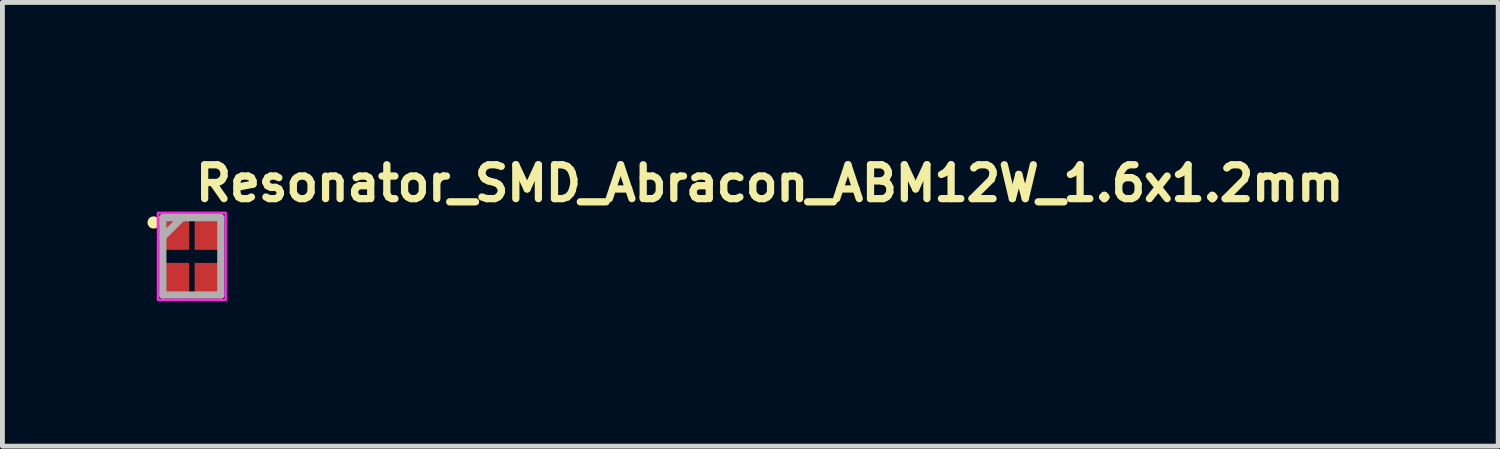
<source format=kicad_pcb>
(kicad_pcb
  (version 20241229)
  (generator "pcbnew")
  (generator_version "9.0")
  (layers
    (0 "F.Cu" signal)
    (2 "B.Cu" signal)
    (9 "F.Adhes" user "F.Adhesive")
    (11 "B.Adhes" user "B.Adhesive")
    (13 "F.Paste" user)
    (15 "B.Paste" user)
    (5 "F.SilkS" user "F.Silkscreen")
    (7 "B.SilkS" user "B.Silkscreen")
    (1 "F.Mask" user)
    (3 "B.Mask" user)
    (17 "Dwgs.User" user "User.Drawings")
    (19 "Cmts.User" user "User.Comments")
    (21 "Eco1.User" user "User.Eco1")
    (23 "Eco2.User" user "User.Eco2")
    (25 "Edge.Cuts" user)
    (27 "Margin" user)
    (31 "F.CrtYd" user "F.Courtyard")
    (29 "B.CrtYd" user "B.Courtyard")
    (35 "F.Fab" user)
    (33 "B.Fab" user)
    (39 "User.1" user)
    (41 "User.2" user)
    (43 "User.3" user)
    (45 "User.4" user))
  (footprint "Resonator_SMD_Abracon_ABM12W_1.6x1.2mm"
    (layer "F.Cu")
    (at 0.916 2.25)
    (property "Reference" "Resonator_SMD_Abracon_ABM12W_1.6x1.2mm" (at 0 -1.1 0) (layer "F.SilkS") (effects (font (size 0.7 0.7) (thickness 0.15)) (justify left bottom)))
    (attr smd)
    (fp_circle (center -0.79 -0.7) (end -0.739 -0.7) (stroke (width 0.15) (type solid)) (fill yes) (layer "F.SilkS"))
    (fp_rect (start -0.7 -0.9) (end 0.7 0.9) (stroke (width 0.05) (type solid)) (fill no) (layer "F.CrtYd"))
    (fp_line (start -0.6 -0.8) (end -0.6 0.8) (stroke (width 0.15) (type solid)) (layer "F.Fab"))
    (fp_line (start -0.6 -0.8) (end 0.6 -0.8) (stroke (width 0.15) (type solid)) (layer "F.Fab"))
    (fp_line (start -0.6 -0.4) (end -0.2 -0.8) (stroke (width 0.15) (type solid)) (layer "F.Fab"))
    (fp_line (start 0.6 -0.8) (end 0.6 0.8) (stroke (width 0.15) (type solid)) (layer "F.Fab"))
    (fp_line (start 0.6 0.8) (end -0.6 0.8) (stroke (width 0.15) (type solid)) (layer "F.Fab"))
    (fp_rect (start -0.6 -0.8) (end 0.6 0.8) (stroke (width 0.1) (type solid)) (fill no) (layer "User.5"))
    (fp_line (start -0.6 -0.699) (end -0.6 0.699) (stroke (width 0.02) (type solid)) (layer "User.9"))
    (fp_line (start -0.6 0.699) (end -0.591 0.703) (stroke (width 0.02) (type solid)) (layer "User.9"))
    (fp_line (start -0.591 -0.703) (end -0.6 -0.699) (stroke (width 0.02) (type solid)) (layer "User.9"))
    (fp_line (start -0.591 0.703) (end -0.583 0.708) (stroke (width 0.02) (type solid)) (layer "User.9"))
    (fp_line (start -0.583 -0.708) (end -0.591 -0.703) (stroke (width 0.02) (type solid)) (layer "User.9"))
    (fp_line (start -0.583 0.708) (end -0.576 0.712) (stroke (width 0.02) (type solid)) (layer "User.9"))
    (fp_line (start -0.576 -0.712) (end -0.583 -0.708) (stroke (width 0.02) (type solid)) (layer "User.9"))
    (fp_line (start -0.576 0.712) (end -0.568 0.717) (stroke (width 0.02) (type solid)) (layer "User.9"))
    (fp_line (start -0.568 -0.717) (end -0.576 -0.712) (stroke (width 0.02) (type solid)) (layer "User.9"))
    (fp_line (start -0.568 0.717) (end -0.561 0.723) (stroke (width 0.02) (type solid)) (layer "User.9"))
    (fp_line (start -0.561 -0.723) (end -0.568 -0.717) (stroke (width 0.02) (type solid)) (layer "User.9"))
    (fp_line (start -0.561 0.723) (end -0.554 0.728) (stroke (width 0.02) (type solid)) (layer "User.9"))
    (fp_line (start -0.554 -0.728) (end -0.561 -0.723) (stroke (width 0.02) (type solid)) (layer "User.9"))
    (fp_line (start -0.554 0.728) (end -0.547 0.734) (stroke (width 0.02) (type solid)) (layer "User.9"))
    (fp_line (start -0.547 -0.734) (end -0.554 -0.728) (stroke (width 0.02) (type solid)) (layer "User.9"))
    (fp_line (start -0.547 0.734) (end -0.54 0.74) (stroke (width 0.02) (type solid)) (layer "User.9"))
    (fp_line (start -0.54 -0.74) (end -0.547 -0.734) (stroke (width 0.02) (type solid)) (layer "User.9"))
    (fp_line (start -0.54 -0.615) (end -0.54 0.615) (stroke (width 0.02) (type solid)) (layer "User.9"))
    (fp_line (start -0.54 0.615) (end -0.539 0.621) (stroke (width 0.02) (type solid)) (layer "User.9"))
    (fp_line (start -0.54 0.74) (end -0.534 0.747) (stroke (width 0.02) (type solid)) (layer "User.9"))
    (fp_line (start -0.539 -0.627) (end -0.539 -0.621) (stroke (width 0.02) (type solid)) (layer "User.9"))
    (fp_line (start -0.539 -0.621) (end -0.54 -0.615) (stroke (width 0.02) (type solid)) (layer "User.9"))
    (fp_line (start -0.539 0.621) (end -0.539 0.627) (stroke (width 0.02) (type solid)) (layer "User.9"))
    (fp_line (start -0.539 0.627) (end -0.538 0.633) (stroke (width 0.02) (type solid)) (layer "User.9"))
    (fp_line (start -0.538 -0.633) (end -0.539 -0.627) (stroke (width 0.02) (type solid)) (layer "User.9"))
    (fp_line (start -0.538 0.633) (end -0.537 0.639) (stroke (width 0.02) (type solid)) (layer "User.9"))
    (fp_line (start -0.537 -0.639) (end -0.538 -0.633) (stroke (width 0.02) (type solid)) (layer "User.9"))
    (fp_line (start -0.537 0.639) (end -0.536 0.645) (stroke (width 0.02) (type solid)) (layer "User.9"))
    (fp_line (start -0.536 -0.645) (end -0.537 -0.639) (stroke (width 0.02) (type solid)) (layer "User.9"))
    (fp_line (start -0.536 0.645) (end -0.534 0.651) (stroke (width 0.02) (type solid)) (layer "User.9"))
    (fp_line (start -0.534 -0.747) (end -0.54 -0.74) (stroke (width 0.02) (type solid)) (layer "User.9"))
    (fp_line (start -0.534 -0.651) (end -0.536 -0.645) (stroke (width 0.02) (type solid)) (layer "User.9"))
    (fp_line (start -0.534 0.651) (end -0.532 0.657) (stroke (width 0.02) (type solid)) (layer "User.9"))
    (fp_line (start -0.534 0.747) (end -0.528 0.754) (stroke (width 0.02) (type solid)) (layer "User.9"))
    (fp_line (start -0.532 -0.657) (end -0.534 -0.651) (stroke (width 0.02) (type solid)) (layer "User.9"))
    (fp_line (start -0.532 0.657) (end -0.53 0.662) (stroke (width 0.02) (type solid)) (layer "User.9"))
    (fp_line (start -0.53 -0.662) (end -0.532 -0.657) (stroke (width 0.02) (type solid)) (layer "User.9"))
    (fp_line (start -0.53 0.662) (end -0.528 0.668) (stroke (width 0.02) (type solid)) (layer "User.9"))
    (fp_line (start -0.528 -0.754) (end -0.534 -0.747) (stroke (width 0.02) (type solid)) (layer "User.9"))
    (fp_line (start -0.528 -0.668) (end -0.53 -0.662) (stroke (width 0.02) (type solid)) (layer "User.9"))
    (fp_line (start -0.528 0.668) (end -0.525 0.673) (stroke (width 0.02) (type solid)) (layer "User.9"))
    (fp_line (start -0.528 0.754) (end -0.523 0.761) (stroke (width 0.02) (type solid)) (layer "User.9"))
    (fp_line (start -0.525 -0.673) (end -0.528 -0.668) (stroke (width 0.02) (type solid)) (layer "User.9"))
    (fp_line (start -0.525 0.673) (end -0.522 0.679) (stroke (width 0.02) (type solid)) (layer "User.9"))
    (fp_line (start -0.523 -0.761) (end -0.528 -0.754) (stroke (width 0.02) (type solid)) (layer "User.9"))
    (fp_line (start -0.523 0.761) (end -0.517 0.768) (stroke (width 0.02) (type solid)) (layer "User.9"))
    (fp_line (start -0.522 -0.679) (end -0.525 -0.673) (stroke (width 0.02) (type solid)) (layer "User.9"))
    (fp_line (start -0.522 0.679) (end -0.518 0.684) (stroke (width 0.02) (type solid)) (layer "User.9"))
    (fp_line (start -0.518 -0.684) (end -0.522 -0.679) (stroke (width 0.02) (type solid)) (layer "User.9"))
    (fp_line (start -0.518 0.684) (end -0.515 0.689) (stroke (width 0.02) (type solid)) (layer "User.9"))
    (fp_line (start -0.517 -0.768) (end -0.523 -0.761) (stroke (width 0.02) (type solid)) (layer "User.9"))
    (fp_line (start -0.517 0.768) (end -0.512 0.776) (stroke (width 0.02) (type solid)) (layer "User.9"))
    (fp_line (start -0.515 -0.689) (end -0.518 -0.684) (stroke (width 0.02) (type solid)) (layer "User.9"))
    (fp_line (start -0.515 0.689) (end -0.511 0.694) (stroke (width 0.02) (type solid)) (layer "User.9"))
    (fp_line (start -0.512 -0.776) (end -0.517 -0.768) (stroke (width 0.02) (type solid)) (layer "User.9"))
    (fp_line (start -0.512 0.776) (end -0.508 0.783) (stroke (width 0.02) (type solid)) (layer "User.9"))
    (fp_line (start -0.511 -0.694) (end -0.515 -0.689) (stroke (width 0.02) (type solid)) (layer "User.9"))
    (fp_line (start -0.511 0.694) (end -0.507 0.698) (stroke (width 0.02) (type solid)) (layer "User.9"))
    (fp_line (start -0.508 -0.783) (end -0.512 -0.776) (stroke (width 0.02) (type solid)) (layer "User.9"))
    (fp_line (start -0.508 0.783) (end -0.503 0.791) (stroke (width 0.02) (type solid)) (layer "User.9"))
    (fp_line (start -0.507 -0.698) (end -0.511 -0.694) (stroke (width 0.02) (type solid)) (layer "User.9"))
    (fp_line (start -0.507 0.698) (end -0.503 0.703) (stroke (width 0.02) (type solid)) (layer "User.9"))
    (fp_line (start -0.503 -0.791) (end -0.508 -0.783) (stroke (width 0.02) (type solid)) (layer "User.9"))
    (fp_line (start -0.503 -0.703) (end -0.507 -0.698) (stroke (width 0.02) (type solid)) (layer "User.9"))
    (fp_line (start -0.503 -0.703) (end -0.503 -0.703) (stroke (width 0.02) (type solid)) (layer "User.9"))
    (fp_line (start -0.503 0.703) (end -0.503 0.703) (stroke (width 0.02) (type solid)) (layer "User.9"))
    (fp_line (start -0.503 0.703) (end -0.498 0.707) (stroke (width 0.02) (type solid)) (layer "User.9"))
    (fp_line (start -0.503 0.791) (end -0.5 0.8) (stroke (width 0.02) (type solid)) (layer "User.9"))
    (fp_line (start -0.5 -0.8) (end -0.503 -0.791) (stroke (width 0.02) (type solid)) (layer "User.9"))
    (fp_line (start -0.5 0.8) (end 0.5 0.8) (stroke (width 0.02) (type solid)) (layer "User.9"))
    (fp_line (start -0.498 -0.707) (end -0.503 -0.703) (stroke (width 0.02) (type solid)) (layer "User.9"))
    (fp_line (start -0.498 0.707) (end -0.494 0.711) (stroke (width 0.02) (type solid)) (layer "User.9"))
    (fp_line (start -0.494 -0.711) (end -0.498 -0.707) (stroke (width 0.02) (type solid)) (layer "User.9"))
    (fp_line (start -0.494 0.711) (end -0.489 0.715) (stroke (width 0.02) (type solid)) (layer "User.9"))
    (fp_line (start -0.489 -0.715) (end -0.494 -0.711) (stroke (width 0.02) (type solid)) (layer "User.9"))
    (fp_line (start -0.489 0.715) (end -0.484 0.718) (stroke (width 0.02) (type solid)) (layer "User.9"))
    (fp_line (start -0.484 -0.718) (end -0.489 -0.715) (stroke (width 0.02) (type solid)) (layer "User.9"))
    (fp_line (start -0.484 0.718) (end -0.479 0.722) (stroke (width 0.02) (type solid)) (layer "User.9"))
    (fp_line (start -0.479 -0.722) (end -0.484 -0.718) (stroke (width 0.02) (type solid)) (layer "User.9"))
    (fp_line (start -0.479 0.722) (end -0.473 0.725) (stroke (width 0.02) (type solid)) (layer "User.9"))
    (fp_line (start -0.474 -0.562) (end -0.474 -0.556) (stroke (width 0.02) (type solid)) (layer "User.9"))
    (fp_line (start -0.474 -0.556) (end -0.474 -0.55) (stroke (width 0.02) (type solid)) (layer "User.9"))
    (fp_line (start -0.474 -0.55) (end -0.474 0.55) (stroke (width 0.02) (type solid)) (layer "User.9"))
    (fp_line (start -0.474 0.55) (end -0.474 0.556) (stroke (width 0.02) (type solid)) (layer "User.9"))
    (fp_line (start -0.474 0.556) (end -0.474 0.562) (stroke (width 0.02) (type solid)) (layer "User.9"))
    (fp_line (start -0.474 0.562) (end -0.473 0.568) (stroke (width 0.02) (type solid)) (layer "User.9"))
    (fp_line (start -0.473 -0.725) (end -0.479 -0.722) (stroke (width 0.02) (type solid)) (layer "User.9"))
    (fp_line (start -0.473 -0.568) (end -0.474 -0.562) (stroke (width 0.02) (type solid)) (layer "User.9"))
    (fp_line (start -0.473 0.568) (end -0.472 0.574) (stroke (width 0.02) (type solid)) (layer "User.9"))
    (fp_line (start -0.473 0.725) (end -0.468 0.728) (stroke (width 0.02) (type solid)) (layer "User.9"))
    (fp_line (start -0.472 -0.574) (end -0.473 -0.568) (stroke (width 0.02) (type solid)) (layer "User.9"))
    (fp_line (start -0.472 0.574) (end -0.471 0.58) (stroke (width 0.02) (type solid)) (layer "User.9"))
    (fp_line (start -0.471 -0.58) (end -0.472 -0.574) (stroke (width 0.02) (type solid)) (layer "User.9"))
    (fp_line (start -0.471 0.58) (end -0.469 0.586) (stroke (width 0.02) (type solid)) (layer "User.9"))
    (fp_line (start -0.469 -0.586) (end -0.471 -0.58) (stroke (width 0.02) (type solid)) (layer "User.9"))
    (fp_line (start -0.469 0.586) (end -0.467 0.592) (stroke (width 0.02) (type solid)) (layer "User.9"))
    (fp_line (start -0.468 -0.728) (end -0.473 -0.725) (stroke (width 0.02) (type solid)) (layer "User.9"))
    (fp_line (start -0.468 0.728) (end -0.462 0.73) (stroke (width 0.02) (type solid)) (layer "User.9"))
    (fp_line (start -0.467 -0.592) (end -0.469 -0.586) (stroke (width 0.02) (type solid)) (layer "User.9"))
    (fp_line (start -0.467 0.592) (end -0.465 0.597) (stroke (width 0.02) (type solid)) (layer "User.9"))
    (fp_line (start -0.465 -0.597) (end -0.467 -0.592) (stroke (width 0.02) (type solid)) (layer "User.9"))
    (fp_line (start -0.465 0.597) (end -0.463 0.603) (stroke (width 0.02) (type solid)) (layer "User.9"))
    (fp_line (start -0.463 -0.603) (end -0.465 -0.597) (stroke (width 0.02) (type solid)) (layer "User.9"))
    (fp_line (start -0.463 0.603) (end -0.46 0.608) (stroke (width 0.02) (type solid)) (layer "User.9"))
    (fp_line (start -0.462 -0.73) (end -0.468 -0.728) (stroke (width 0.02) (type solid)) (layer "User.9"))
    (fp_line (start -0.462 0.73) (end -0.457 0.732) (stroke (width 0.02) (type solid)) (layer "User.9"))
    (fp_line (start -0.46 -0.608) (end -0.463 -0.603) (stroke (width 0.02) (type solid)) (layer "User.9"))
    (fp_line (start -0.46 0.608) (end -0.457 0.614) (stroke (width 0.02) (type solid)) (layer "User.9"))
    (fp_line (start -0.457 -0.732) (end -0.462 -0.73) (stroke (width 0.02) (type solid)) (layer "User.9"))
    (fp_line (start -0.457 -0.614) (end -0.46 -0.608) (stroke (width 0.02) (type solid)) (layer "User.9"))
    (fp_line (start -0.457 0.614) (end -0.453 0.619) (stroke (width 0.02) (type solid)) (layer "User.9"))
    (fp_line (start -0.457 0.732) (end -0.451 0.734) (stroke (width 0.02) (type solid)) (layer "User.9"))
    (fp_line (start -0.453 -0.619) (end -0.457 -0.614) (stroke (width 0.02) (type solid)) (layer "User.9"))
    (fp_line (start -0.453 0.619) (end -0.45 0.624) (stroke (width 0.02) (type solid)) (layer "User.9"))
    (fp_line (start -0.451 -0.734) (end -0.457 -0.732) (stroke (width 0.02) (type solid)) (layer "User.9"))
    (fp_line (start -0.451 0.734) (end -0.445 0.736) (stroke (width 0.02) (type solid)) (layer "User.9"))
    (fp_line (start -0.45 -0.624) (end -0.453 -0.619) (stroke (width 0.02) (type solid)) (layer "User.9"))
    (fp_line (start -0.45 0.624) (end -0.446 0.629) (stroke (width 0.02) (type solid)) (layer "User.9"))
    (fp_line (start -0.446 -0.629) (end -0.45 -0.624) (stroke (width 0.02) (type solid)) (layer "User.9"))
    (fp_line (start -0.446 0.629) (end -0.442 0.633) (stroke (width 0.02) (type solid)) (layer "User.9"))
    (fp_line (start -0.445 -0.736) (end -0.451 -0.734) (stroke (width 0.02) (type solid)) (layer "User.9"))
    (fp_line (start -0.445 0.736) (end -0.439 0.737) (stroke (width 0.02) (type solid)) (layer "User.9"))
    (fp_line (start -0.442 -0.633) (end -0.446 -0.629) (stroke (width 0.02) (type solid)) (layer "User.9"))
    (fp_line (start -0.442 0.633) (end -0.438 0.638) (stroke (width 0.02) (type solid)) (layer "User.9"))
    (fp_line (start -0.439 -0.737) (end -0.445 -0.736) (stroke (width 0.02) (type solid)) (layer "User.9"))
    (fp_line (start -0.439 0.737) (end -0.433 0.738) (stroke (width 0.02) (type solid)) (layer "User.9"))
    (fp_line (start -0.438 -0.638) (end -0.442 -0.633) (stroke (width 0.02) (type solid)) (layer "User.9"))
    (fp_line (start -0.438 -0.638) (end -0.438 -0.638) (stroke (width 0.02) (type solid)) (layer "User.9"))
    (fp_line (start -0.438 0.638) (end -0.438 0.638) (stroke (width 0.02) (type solid)) (layer "User.9"))
    (fp_line (start -0.438 0.638) (end -0.433 0.642) (stroke (width 0.02) (type solid)) (layer "User.9"))
    (fp_line (start -0.433 -0.738) (end -0.439 -0.737) (stroke (width 0.02) (type solid)) (layer "User.9"))
    (fp_line (start -0.433 -0.642) (end -0.438 -0.638) (stroke (width 0.02) (type solid)) (layer "User.9"))
    (fp_line (start -0.433 0.642) (end -0.429 0.646) (stroke (width 0.02) (type solid)) (layer "User.9"))
    (fp_line (start -0.433 0.738) (end -0.427 0.739) (stroke (width 0.02) (type solid)) (layer "User.9"))
    (fp_line (start -0.429 -0.646) (end -0.433 -0.642) (stroke (width 0.02) (type solid)) (layer "User.9"))
    (fp_line (start -0.429 0.646) (end -0.424 0.65) (stroke (width 0.02) (type solid)) (layer "User.9"))
    (fp_line (start -0.427 -0.739) (end -0.433 -0.738) (stroke (width 0.02) (type solid)) (layer "User.9"))
    (fp_line (start -0.427 0.739) (end -0.421 0.739) (stroke (width 0.02) (type solid)) (layer "User.9"))
    (fp_line (start -0.424 -0.65) (end -0.429 -0.646) (stroke (width 0.02) (type solid)) (layer "User.9"))
    (fp_line (start -0.424 0.65) (end -0.419 0.653) (stroke (width 0.02) (type solid)) (layer "User.9"))
    (fp_line (start -0.421 -0.739) (end -0.427 -0.739) (stroke (width 0.02) (type solid)) (layer "User.9"))
    (fp_line (start -0.421 0.739) (end -0.414 0.74) (stroke (width 0.02) (type solid)) (layer "User.9"))
    (fp_line (start -0.419 -0.653) (end -0.424 -0.65) (stroke (width 0.02) (type solid)) (layer "User.9"))
    (fp_line (start -0.419 0.653) (end -0.414 0.657) (stroke (width 0.02) (type solid)) (layer "User.9"))
    (fp_line (start -0.414 -0.74) (end -0.421 -0.739) (stroke (width 0.02) (type solid)) (layer "User.9"))
    (fp_line (start -0.414 -0.657) (end -0.419 -0.653) (stroke (width 0.02) (type solid)) (layer "User.9"))
    (fp_line (start -0.414 0.657) (end -0.408 0.66) (stroke (width 0.02) (type solid)) (layer "User.9"))
    (fp_line (start -0.414 0.74) (end 0.414 0.74) (stroke (width 0.02) (type solid)) (layer "User.9"))
    (fp_line (start -0.408 -0.66) (end -0.414 -0.657) (stroke (width 0.02) (type solid)) (layer "User.9"))
    (fp_line (start -0.408 0.66) (end -0.403 0.663) (stroke (width 0.02) (type solid)) (layer "User.9"))
    (fp_line (start -0.403 -0.663) (end -0.408 -0.66) (stroke (width 0.02) (type solid)) (layer "User.9"))
    (fp_line (start -0.403 0.663) (end -0.397 0.665) (stroke (width 0.02) (type solid)) (layer "User.9"))
    (fp_line (start -0.397 -0.665) (end -0.403 -0.663) (stroke (width 0.02) (type solid)) (layer "User.9"))
    (fp_line (start -0.397 0.665) (end -0.392 0.667) (stroke (width 0.02) (type solid)) (layer "User.9"))
    (fp_line (start -0.392 -0.667) (end -0.397 -0.665) (stroke (width 0.02) (type solid)) (layer "User.9"))
    (fp_line (start -0.392 0.667) (end -0.386 0.669) (stroke (width 0.02) (type solid)) (layer "User.9"))
    (fp_line (start -0.386 -0.669) (end -0.392 -0.667) (stroke (width 0.02) (type solid)) (layer "User.9"))
    (fp_line (start -0.386 0.669) (end -0.38 0.671) (stroke (width 0.02) (type solid)) (layer "User.9"))
    (fp_line (start -0.38 -0.671) (end -0.386 -0.669) (stroke (width 0.02) (type solid)) (layer "User.9"))
    (fp_line (start -0.38 0.671) (end -0.374 0.672) (stroke (width 0.02) (type solid)) (layer "User.9"))
    (fp_line (start -0.374 -0.672) (end -0.38 -0.671) (stroke (width 0.02) (type solid)) (layer "User.9"))
    (fp_line (start -0.374 0.672) (end -0.368 0.673) (stroke (width 0.02) (type solid)) (layer "User.9"))
    (fp_line (start -0.368 -0.673) (end -0.374 -0.672) (stroke (width 0.02) (type solid)) (layer "User.9"))
    (fp_line (start -0.368 0.673) (end -0.362 0.674) (stroke (width 0.02) (type solid)) (layer "User.9"))
    (fp_line (start -0.362 -0.674) (end -0.368 -0.673) (stroke (width 0.02) (type solid)) (layer "User.9"))
    (fp_line (start -0.362 0.674) (end -0.356 0.674) (stroke (width 0.02) (type solid)) (layer "User.9"))
    (fp_line (start -0.356 -0.674) (end -0.362 -0.674) (stroke (width 0.02) (type solid)) (layer "User.9"))
    (fp_line (start -0.356 0.674) (end -0.349 0.675) (stroke (width 0.02) (type solid)) (layer "User.9"))
    (fp_line (start -0.349 -0.675) (end -0.356 -0.674) (stroke (width 0.02) (type solid)) (layer "User.9"))
    (fp_line (start -0.349 0.675) (end 0.349 0.675) (stroke (width 0.02) (type solid)) (layer "User.9"))
    (fp_line (start 0.349 -0.675) (end -0.349 -0.675) (stroke (width 0.02) (type solid)) (layer "User.9"))
    (fp_line (start 0.349 0.675) (end 0.356 0.674) (stroke (width 0.02) (type solid)) (layer "User.9"))
    (fp_line (start 0.356 -0.674) (end 0.349 -0.675) (stroke (width 0.02) (type solid)) (layer "User.9"))
    (fp_line (start 0.356 0.674) (end 0.362 0.674) (stroke (width 0.02) (type solid)) (layer "User.9"))
    (fp_line (start 0.362 -0.674) (end 0.356 -0.674) (stroke (width 0.02) (type solid)) (layer "User.9"))
    (fp_line (start 0.362 0.674) (end 0.368 0.673) (stroke (width 0.02) (type solid)) (layer "User.9"))
    (fp_line (start 0.368 -0.673) (end 0.362 -0.674) (stroke (width 0.02) (type solid)) (layer "User.9"))
    (fp_line (start 0.368 0.673) (end 0.374 0.672) (stroke (width 0.02) (type solid)) (layer "User.9"))
    (fp_line (start 0.374 -0.672) (end 0.368 -0.673) (stroke (width 0.02) (type solid)) (layer "User.9"))
    (fp_line (start 0.374 0.672) (end 0.38 0.671) (stroke (width 0.02) (type solid)) (layer "User.9"))
    (fp_line (start 0.38 -0.671) (end 0.374 -0.672) (stroke (width 0.02) (type solid)) (layer "User.9"))
    (fp_line (start 0.38 0.671) (end 0.386 0.669) (stroke (width 0.02) (type solid)) (layer "User.9"))
    (fp_line (start 0.386 -0.669) (end 0.38 -0.671) (stroke (width 0.02) (type solid)) (layer "User.9"))
    (fp_line (start 0.386 0.669) (end 0.392 0.667) (stroke (width 0.02) (type solid)) (layer "User.9"))
    (fp_line (start 0.392 -0.667) (end 0.386 -0.669) (stroke (width 0.02) (type solid)) (layer "User.9"))
    (fp_line (start 0.392 0.667) (end 0.397 0.665) (stroke (width 0.02) (type solid)) (layer "User.9"))
    (fp_line (start 0.397 -0.665) (end 0.392 -0.667) (stroke (width 0.02) (type solid)) (layer "User.9"))
    (fp_line (start 0.397 0.665) (end 0.403 0.663) (stroke (width 0.02) (type solid)) (layer "User.9"))
    (fp_line (start 0.403 -0.663) (end 0.397 -0.665) (stroke (width 0.02) (type solid)) (layer "User.9"))
    (fp_line (start 0.403 0.663) (end 0.408 0.66) (stroke (width 0.02) (type solid)) (layer "User.9"))
    (fp_line (start 0.408 -0.66) (end 0.403 -0.663) (stroke (width 0.02) (type solid)) (layer "User.9"))
    (fp_line (start 0.408 0.66) (end 0.414 0.657) (stroke (width 0.02) (type solid)) (layer "User.9"))
    (fp_line (start 0.414 -0.74) (end -0.414 -0.74) (stroke (width 0.02) (type solid)) (layer "User.9"))
    (fp_line (start 0.414 -0.657) (end 0.408 -0.66) (stroke (width 0.02) (type solid)) (layer "User.9"))
    (fp_line (start 0.414 0.657) (end 0.419 0.653) (stroke (width 0.02) (type solid)) (layer "User.9"))
    (fp_line (start 0.414 0.74) (end 0.421 0.739) (stroke (width 0.02) (type solid)) (layer "User.9"))
    (fp_line (start 0.419 -0.653) (end 0.414 -0.657) (stroke (width 0.02) (type solid)) (layer "User.9"))
    (fp_line (start 0.419 0.653) (end 0.424 0.65) (stroke (width 0.02) (type solid)) (layer "User.9"))
    (fp_line (start 0.421 -0.739) (end 0.414 -0.74) (stroke (width 0.02) (type solid)) (layer "User.9"))
    (fp_line (start 0.421 0.739) (end 0.427 0.739) (stroke (width 0.02) (type solid)) (layer "User.9"))
    (fp_line (start 0.424 -0.65) (end 0.419 -0.653) (stroke (width 0.02) (type solid)) (layer "User.9"))
    (fp_line (start 0.424 0.65) (end 0.429 0.646) (stroke (width 0.02) (type solid)) (layer "User.9"))
    (fp_line (start 0.427 -0.739) (end 0.421 -0.739) (stroke (width 0.02) (type solid)) (layer "User.9"))
    (fp_line (start 0.427 0.739) (end 0.433 0.738) (stroke (width 0.02) (type solid)) (layer "User.9"))
    (fp_line (start 0.429 -0.646) (end 0.424 -0.65) (stroke (width 0.02) (type solid)) (layer "User.9"))
    (fp_line (start 0.429 0.646) (end 0.433 0.642) (stroke (width 0.02) (type solid)) (layer "User.9"))
    (fp_line (start 0.433 -0.738) (end 0.427 -0.739) (stroke (width 0.02) (type solid)) (layer "User.9"))
    (fp_line (start 0.433 -0.642) (end 0.429 -0.646) (stroke (width 0.02) (type solid)) (layer "User.9"))
    (fp_line (start 0.433 0.642) (end 0.438 0.638) (stroke (width 0.02) (type solid)) (layer "User.9"))
    (fp_line (start 0.433 0.738) (end 0.439 0.737) (stroke (width 0.02) (type solid)) (layer "User.9"))
    (fp_line (start 0.438 -0.638) (end 0.433 -0.642) (stroke (width 0.02) (type solid)) (layer "User.9"))
    (fp_line (start 0.438 -0.638) (end 0.438 -0.638) (stroke (width 0.02) (type solid)) (layer "User.9"))
    (fp_line (start 0.438 0.638) (end 0.438 0.638) (stroke (width 0.02) (type solid)) (layer "User.9"))
    (fp_line (start 0.438 0.638) (end 0.442 0.633) (stroke (width 0.02) (type solid)) (layer "User.9"))
    (fp_line (start 0.439 -0.737) (end 0.433 -0.738) (stroke (width 0.02) (type solid)) (layer "User.9"))
    (fp_line (start 0.439 0.737) (end 0.445 0.736) (stroke (width 0.02) (type solid)) (layer "User.9"))
    (fp_line (start 0.442 -0.633) (end 0.438 -0.638) (stroke (width 0.02) (type solid)) (layer "User.9"))
    (fp_line (start 0.442 0.633) (end 0.446 0.629) (stroke (width 0.02) (type solid)) (layer "User.9"))
    (fp_line (start 0.445 -0.736) (end 0.439 -0.737) (stroke (width 0.02) (type solid)) (layer "User.9"))
    (fp_line (start 0.445 0.736) (end 0.451 0.734) (stroke (width 0.02) (type solid)) (layer "User.9"))
    (fp_line (start 0.446 -0.629) (end 0.442 -0.633) (stroke (width 0.02) (type solid)) (layer "User.9"))
    (fp_line (start 0.446 0.629) (end 0.45 0.624) (stroke (width 0.02) (type solid)) (layer "User.9"))
    (fp_line (start 0.45 -0.624) (end 0.446 -0.629) (stroke (width 0.02) (type solid)) (layer "User.9"))
    (fp_line (start 0.45 0.624) (end 0.453 0.619) (stroke (width 0.02) (type solid)) (layer "User.9"))
    (fp_line (start 0.451 -0.734) (end 0.445 -0.736) (stroke (width 0.02) (type solid)) (layer "User.9"))
    (fp_line (start 0.451 0.734) (end 0.457 0.732) (stroke (width 0.02) (type solid)) (layer "User.9"))
    (fp_line (start 0.453 -0.619) (end 0.45 -0.624) (stroke (width 0.02) (type solid)) (layer "User.9"))
    (fp_line (start 0.453 0.619) (end 0.457 0.614) (stroke (width 0.02) (type solid)) (layer "User.9"))
    (fp_line (start 0.457 -0.732) (end 0.451 -0.734) (stroke (width 0.02) (type solid)) (layer "User.9"))
    (fp_line (start 0.457 -0.614) (end 0.453 -0.619) (stroke (width 0.02) (type solid)) (layer "User.9"))
    (fp_line (start 0.457 0.614) (end 0.46 0.608) (stroke (width 0.02) (type solid)) (layer "User.9"))
    (fp_line (start 0.457 0.732) (end 0.462 0.73) (stroke (width 0.02) (type solid)) (layer "User.9"))
    (fp_line (start 0.46 -0.608) (end 0.457 -0.614) (stroke (width 0.02) (type solid)) (layer "User.9"))
    (fp_line (start 0.46 0.608) (end 0.463 0.603) (stroke (width 0.02) (type solid)) (layer "User.9"))
    (fp_line (start 0.462 -0.73) (end 0.457 -0.732) (stroke (width 0.02) (type solid)) (layer "User.9"))
    (fp_line (start 0.462 0.73) (end 0.468 0.728) (stroke (width 0.02) (type solid)) (layer "User.9"))
    (fp_line (start 0.463 -0.603) (end 0.46 -0.608) (stroke (width 0.02) (type solid)) (layer "User.9"))
    (fp_line (start 0.463 0.603) (end 0.465 0.597) (stroke (width 0.02) (type solid)) (layer "User.9"))
    (fp_line (start 0.465 -0.597) (end 0.463 -0.603) (stroke (width 0.02) (type solid)) (layer "User.9"))
    (fp_line (start 0.465 0.597) (end 0.467 0.592) (stroke (width 0.02) (type solid)) (layer "User.9"))
    (fp_line (start 0.467 -0.592) (end 0.465 -0.597) (stroke (width 0.02) (type solid)) (layer "User.9"))
    (fp_line (start 0.467 0.592) (end 0.469 0.586) (stroke (width 0.02) (type solid)) (layer "User.9"))
    (fp_line (start 0.468 -0.728) (end 0.462 -0.73) (stroke (width 0.02) (type solid)) (layer "User.9"))
    (fp_line (start 0.468 0.728) (end 0.473 0.725) (stroke (width 0.02) (type solid)) (layer "User.9"))
    (fp_line (start 0.469 -0.586) (end 0.467 -0.592) (stroke (width 0.02) (type solid)) (layer "User.9"))
    (fp_line (start 0.469 0.586) (end 0.471 0.58) (stroke (width 0.02) (type solid)) (layer "User.9"))
    (fp_line (start 0.471 -0.58) (end 0.469 -0.586) (stroke (width 0.02) (type solid)) (layer "User.9"))
    (fp_line (start 0.471 0.58) (end 0.472 0.574) (stroke (width 0.02) (type solid)) (layer "User.9"))
    (fp_line (start 0.472 -0.574) (end 0.471 -0.58) (stroke (width 0.02) (type solid)) (layer "User.9"))
    (fp_line (start 0.472 0.574) (end 0.473 0.568) (stroke (width 0.02) (type solid)) (layer "User.9"))
    (fp_line (start 0.473 -0.725) (end 0.468 -0.728) (stroke (width 0.02) (type solid)) (layer "User.9"))
    (fp_line (start 0.473 -0.568) (end 0.472 -0.574) (stroke (width 0.02) (type solid)) (layer "User.9"))
    (fp_line (start 0.473 0.568) (end 0.474 0.562) (stroke (width 0.02) (type solid)) (layer "User.9"))
    (fp_line (start 0.473 0.725) (end 0.479 0.722) (stroke (width 0.02) (type solid)) (layer "User.9"))
    (fp_line (start 0.474 -0.562) (end 0.473 -0.568) (stroke (width 0.02) (type solid)) (layer "User.9"))
    (fp_line (start 0.474 -0.556) (end 0.474 -0.562) (stroke (width 0.02) (type solid)) (layer "User.9"))
    (fp_line (start 0.474 -0.55) (end 0.474 -0.556) (stroke (width 0.02) (type solid)) (layer "User.9"))
    (fp_line (start 0.474 0.55) (end 0.474 -0.55) (stroke (width 0.02) (type solid)) (layer "User.9"))
    (fp_line (start 0.474 0.556) (end 0.474 0.55) (stroke (width 0.02) (type solid)) (layer "User.9"))
    (fp_line (start 0.474 0.562) (end 0.474 0.556) (stroke (width 0.02) (type solid)) (layer "User.9"))
    (fp_line (start 0.479 -0.722) (end 0.473 -0.725) (stroke (width 0.02) (type solid)) (layer "User.9"))
    (fp_line (start 0.479 0.722) (end 0.484 0.718) (stroke (width 0.02) (type solid)) (layer "User.9"))
    (fp_line (start 0.484 -0.718) (end 0.479 -0.722) (stroke (width 0.02) (type solid)) (layer "User.9"))
    (fp_line (start 0.484 0.718) (end 0.489 0.715) (stroke (width 0.02) (type solid)) (layer "User.9"))
    (fp_line (start 0.489 -0.715) (end 0.484 -0.718) (stroke (width 0.02) (type solid)) (layer "User.9"))
    (fp_line (start 0.489 0.715) (end 0.494 0.711) (stroke (width 0.02) (type solid)) (layer "User.9"))
    (fp_line (start 0.494 -0.711) (end 0.489 -0.715) (stroke (width 0.02) (type solid)) (layer "User.9"))
    (fp_line (start 0.494 0.711) (end 0.498 0.707) (stroke (width 0.02) (type solid)) (layer "User.9"))
    (fp_line (start 0.498 -0.707) (end 0.494 -0.711) (stroke (width 0.02) (type solid)) (layer "User.9"))
    (fp_line (start 0.498 0.707) (end 0.503 0.703) (stroke (width 0.02) (type solid)) (layer "User.9"))
    (fp_line (start 0.5 -0.8) (end -0.5 -0.8) (stroke (width 0.02) (type solid)) (layer "User.9"))
    (fp_line (start 0.5 0.8) (end 0.503 0.791) (stroke (width 0.02) (type solid)) (layer "User.9"))
    (fp_line (start 0.503 -0.791) (end 0.5 -0.8) (stroke (width 0.02) (type solid)) (layer "User.9"))
    (fp_line (start 0.503 -0.703) (end 0.498 -0.707) (stroke (width 0.02) (type solid)) (layer "User.9"))
    (fp_line (start 0.503 -0.703) (end 0.503 -0.703) (stroke (width 0.02) (type solid)) (layer "User.9"))
    (fp_line (start 0.503 0.703) (end 0.503 0.703) (stroke (width 0.02) (type solid)) (layer "User.9"))
    (fp_line (start 0.503 0.703) (end 0.507 0.698) (stroke (width 0.02) (type solid)) (layer "User.9"))
    (fp_line (start 0.503 0.791) (end 0.508 0.783) (stroke (width 0.02) (type solid)) (layer "User.9"))
    (fp_line (start 0.507 -0.698) (end 0.503 -0.703) (stroke (width 0.02) (type solid)) (layer "User.9"))
    (fp_line (start 0.507 0.698) (end 0.511 0.694) (stroke (width 0.02) (type solid)) (layer "User.9"))
    (fp_line (start 0.508 -0.783) (end 0.503 -0.791) (stroke (width 0.02) (type solid)) (layer "User.9"))
    (fp_line (start 0.508 0.783) (end 0.512 0.776) (stroke (width 0.02) (type solid)) (layer "User.9"))
    (fp_line (start 0.511 -0.694) (end 0.507 -0.698) (stroke (width 0.02) (type solid)) (layer "User.9"))
    (fp_line (start 0.511 0.694) (end 0.515 0.689) (stroke (width 0.02) (type solid)) (layer "User.9"))
    (fp_line (start 0.512 -0.776) (end 0.508 -0.783) (stroke (width 0.02) (type solid)) (layer "User.9"))
    (fp_line (start 0.512 0.776) (end 0.517 0.768) (stroke (width 0.02) (type solid)) (layer "User.9"))
    (fp_line (start 0.515 -0.689) (end 0.511 -0.694) (stroke (width 0.02) (type solid)) (layer "User.9"))
    (fp_line (start 0.515 0.689) (end 0.518 0.684) (stroke (width 0.02) (type solid)) (layer "User.9"))
    (fp_line (start 0.517 -0.768) (end 0.512 -0.776) (stroke (width 0.02) (type solid)) (layer "User.9"))
    (fp_line (start 0.517 0.768) (end 0.523 0.761) (stroke (width 0.02) (type solid)) (layer "User.9"))
    (fp_line (start 0.518 -0.684) (end 0.515 -0.689) (stroke (width 0.02) (type solid)) (layer "User.9"))
    (fp_line (start 0.518 0.684) (end 0.522 0.679) (stroke (width 0.02) (type solid)) (layer "User.9"))
    (fp_line (start 0.522 -0.679) (end 0.518 -0.684) (stroke (width 0.02) (type solid)) (layer "User.9"))
    (fp_line (start 0.522 0.679) (end 0.525 0.673) (stroke (width 0.02) (type solid)) (layer "User.9"))
    (fp_line (start 0.523 -0.761) (end 0.517 -0.768) (stroke (width 0.02) (type solid)) (layer "User.9"))
    (fp_line (start 0.523 0.761) (end 0.528 0.754) (stroke (width 0.02) (type solid)) (layer "User.9"))
    (fp_line (start 0.525 -0.673) (end 0.522 -0.679) (stroke (width 0.02) (type solid)) (layer "User.9"))
    (fp_line (start 0.525 0.673) (end 0.528 0.668) (stroke (width 0.02) (type solid)) (layer "User.9"))
    (fp_line (start 0.528 -0.754) (end 0.523 -0.761) (stroke (width 0.02) (type solid)) (layer "User.9"))
    (fp_line (start 0.528 -0.668) (end 0.525 -0.673) (stroke (width 0.02) (type solid)) (layer "User.9"))
    (fp_line (start 0.528 0.668) (end 0.53 0.662) (stroke (width 0.02) (type solid)) (layer "User.9"))
    (fp_line (start 0.528 0.754) (end 0.534 0.747) (stroke (width 0.02) (type solid)) (layer "User.9"))
    (fp_line (start 0.53 -0.662) (end 0.528 -0.668) (stroke (width 0.02) (type solid)) (layer "User.9"))
    (fp_line (start 0.53 0.662) (end 0.532 0.657) (stroke (width 0.02) (type solid)) (layer "User.9"))
    (fp_line (start 0.532 -0.657) (end 0.53 -0.662) (stroke (width 0.02) (type solid)) (layer "User.9"))
    (fp_line (start 0.532 0.657) (end 0.534 0.651) (stroke (width 0.02) (type solid)) (layer "User.9"))
    (fp_line (start 0.534 -0.747) (end 0.528 -0.754) (stroke (width 0.02) (type solid)) (layer "User.9"))
    (fp_line (start 0.534 -0.651) (end 0.532 -0.657) (stroke (width 0.02) (type solid)) (layer "User.9"))
    (fp_line (start 0.534 0.651) (end 0.536 0.645) (stroke (width 0.02) (type solid)) (layer "User.9"))
    (fp_line (start 0.534 0.747) (end 0.54 0.74) (stroke (width 0.02) (type solid)) (layer "User.9"))
    (fp_line (start 0.536 -0.645) (end 0.534 -0.651) (stroke (width 0.02) (type solid)) (layer "User.9"))
    (fp_line (start 0.536 0.645) (end 0.537 0.639) (stroke (width 0.02) (type solid)) (layer "User.9"))
    (fp_line (start 0.537 -0.639) (end 0.536 -0.645) (stroke (width 0.02) (type solid)) (layer "User.9"))
    (fp_line (start 0.537 0.639) (end 0.538 0.633) (stroke (width 0.02) (type solid)) (layer "User.9"))
    (fp_line (start 0.538 -0.633) (end 0.537 -0.639) (stroke (width 0.02) (type solid)) (layer "User.9"))
    (fp_line (start 0.538 0.633) (end 0.539 0.627) (stroke (width 0.02) (type solid)) (layer "User.9"))
    (fp_line (start 0.539 -0.627) (end 0.538 -0.633) (stroke (width 0.02) (type solid)) (layer "User.9"))
    (fp_line (start 0.539 -0.621) (end 0.539 -0.627) (stroke (width 0.02) (type solid)) (layer "User.9"))
    (fp_line (start 0.539 0.621) (end 0.54 0.615) (stroke (width 0.02) (type solid)) (layer "User.9"))
    (fp_line (start 0.539 0.627) (end 0.539 0.621) (stroke (width 0.02) (type solid)) (layer "User.9"))
    (fp_line (start 0.54 -0.74) (end 0.534 -0.747) (stroke (width 0.02) (type solid)) (layer "User.9"))
    (fp_line (start 0.54 -0.615) (end 0.539 -0.621) (stroke (width 0.02) (type solid)) (layer "User.9"))
    (fp_line (start 0.54 0.615) (end 0.54 -0.615) (stroke (width 0.02) (type solid)) (layer "User.9"))
    (fp_line (start 0.54 0.74) (end 0.547 0.734) (stroke (width 0.02) (type solid)) (layer "User.9"))
    (fp_line (start 0.547 -0.734) (end 0.54 -0.74) (stroke (width 0.02) (type solid)) (layer "User.9"))
    (fp_line (start 0.547 0.734) (end 0.554 0.728) (stroke (width 0.02) (type solid)) (layer "User.9"))
    (fp_line (start 0.554 -0.728) (end 0.547 -0.734) (stroke (width 0.02) (type solid)) (layer "User.9"))
    (fp_line (start 0.554 0.728) (end 0.561 0.723) (stroke (width 0.02) (type solid)) (layer "User.9"))
    (fp_line (start 0.561 -0.723) (end 0.554 -0.728) (stroke (width 0.02) (type solid)) (layer "User.9"))
    (fp_line (start 0.561 0.723) (end 0.568 0.717) (stroke (width 0.02) (type solid)) (layer "User.9"))
    (fp_line (start 0.568 -0.717) (end 0.561 -0.723) (stroke (width 0.02) (type solid)) (layer "User.9"))
    (fp_line (start 0.568 0.717) (end 0.576 0.712) (stroke (width 0.02) (type solid)) (layer "User.9"))
    (fp_line (start 0.576 -0.712) (end 0.568 -0.717) (stroke (width 0.02) (type solid)) (layer "User.9"))
    (fp_line (start 0.576 0.712) (end 0.583 0.708) (stroke (width 0.02) (type solid)) (layer "User.9"))
    (fp_line (start 0.583 -0.708) (end 0.576 -0.712) (stroke (width 0.02) (type solid)) (layer "User.9"))
    (fp_line (start 0.583 0.708) (end 0.591 0.703) (stroke (width 0.02) (type solid)) (layer "User.9"))
    (fp_line (start 0.591 -0.703) (end 0.583 -0.708) (stroke (width 0.02) (type solid)) (layer "User.9"))
    (fp_line (start 0.591 0.703) (end 0.6 0.699) (stroke (width 0.02) (type solid)) (layer "User.9"))
    (fp_line (start 0.6 -0.699) (end 0.591 -0.703) (stroke (width 0.02) (type solid)) (layer "User.9"))
    (fp_line (start 0.6 0.699) (end 0.6 -0.699) (stroke (width 0.02) (type solid)) (layer "User.9"))
    (pad "1" smd rect (at -0.348 -0.5) (size 0.58 0.73) (layers "F.Cu" "F.Mask" "F.Paste"))
    (pad "2" smd rect (at -0.348 0.5) (size 0.58 0.73) (layers "F.Cu" "F.Mask" "F.Paste"))
    (pad "3" smd rect (at 0.348 0.5) (size 0.58 0.73) (layers "F.Cu" "F.Mask" "F.Paste"))
    (pad "4" smd rect (at 0.348 -0.5) (size 0.58 0.73) (layers "F.Cu" "F.Mask" "F.Paste")))
  (gr_rect
    (start -3 -3)
    (end 27.926 6.175)
    (stroke (width 0.1) (type default))
    (fill no)
    (layer "Edge.Cuts")))
</source>
